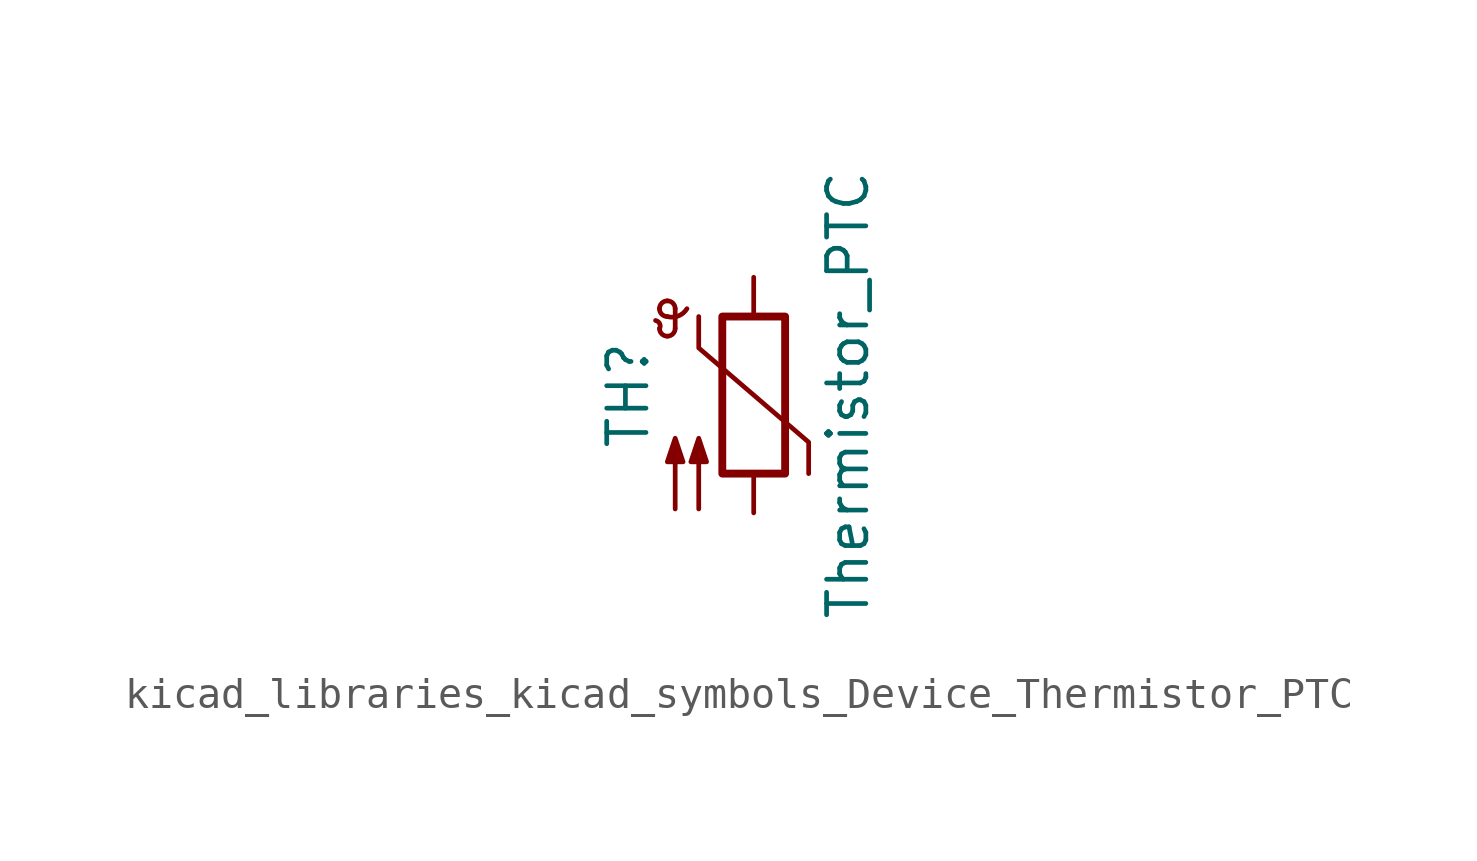
<source format=kicad_sym>
(kicad_symbol_lib
  (version 20220914)
  (generator kicad_symbol_editor)
  (symbol "kicad_libraries_kicad_symbols_Device_Thermistor_PTC"
    (pin_numbers hide)
    (pin_names
      (offset 0))
    (property "Reference" "TH"
      (at -4.064 0 90)
      (effects (font (size 1.27 1.27))))
    (property "Value" "Thermistor_PTC"
      (at 3.048 0 90)
      (effects (font (size 1.27 1.27))))
    (symbol "kicad_libraries_kicad_symbols_Device_Thermistor_PTC_0_1"
      (arc (start -3.048 2.159) (mid -3.0495 2.3143) (end -3.175 2.413) (stroke (width 0) (type default)) (fill (type none)))
      (arc (start -3.048 2.159) (mid -2.9736 1.9794) (end -2.794 1.905) (stroke (width 0) (type default)) (fill (type none)))
      (arc (start -3.048 2.794) (mid -2.9736 2.6144) (end -2.794 2.54) (stroke (width 0) (type default)) (fill (type none)))
      (arc (start -2.794 1.905) (mid -2.6144 1.9794) (end -2.54 2.159) (stroke (width 0) (type default)) (fill (type none)))
      (arc (start -2.794 2.54) (mid -2.4393 2.5587) (end -2.159 2.794) (stroke (width 0) (type default)) (fill (type none)))
      (arc (start -2.794 3.048) (mid -2.9736 2.9736) (end -3.048 2.794) (stroke (width 0) (type default)) (fill (type none)))
      (arc (start -2.54 2.794) (mid -2.6144 2.9736) (end -2.794 3.048) (stroke (width 0) (type default)) (fill (type none)))
      (rectangle (start -1.016 2.54) (end 1.016 -2.54) (stroke (width 0.254) (type default)) (fill (type none)))
      (polyline (pts (xy -2.54 2.159) (xy -2.54 2.794)) (stroke (width 0) (type default)) (fill (type none)))
      (polyline (pts (xy -1.778 2.54) (xy -1.778 1.524) (xy 1.778 -1.524) (xy 1.778 -2.54)) (stroke (width 0) (type default)) (fill (type none)))
      (polyline (pts (xy -2.54 -3.683) (xy -2.54 -1.397) (xy -2.794 -2.159) (xy -2.286 -2.159) (xy -2.54 -1.397) (xy -2.54 -1.651)) (stroke (width 0) (type default)) (fill (type outline)))
      (polyline (pts (xy -1.778 -3.683) (xy -1.778 -1.397) (xy -2.032 -2.159) (xy -1.524 -2.159) (xy -1.778 -1.397) (xy -1.778 -1.651)) (stroke (width 0) (type default)) (fill (type outline))))
    (symbol "kicad_libraries_kicad_symbols_Device_Thermistor_PTC_1_1"
      (pin passive line (at 0 3.81 270) (length 1.27) (name "~" (effects (font (size 1.27 1.27)))) (number "1" (effects (font (size 1.27 1.27)))))
      (pin passive line (at 0 -3.81 90) (length 1.27) (name "~" (effects (font (size 1.27 1.27)))) (number "2" (effects (font (size 1.27 1.27))))))))
</source>
